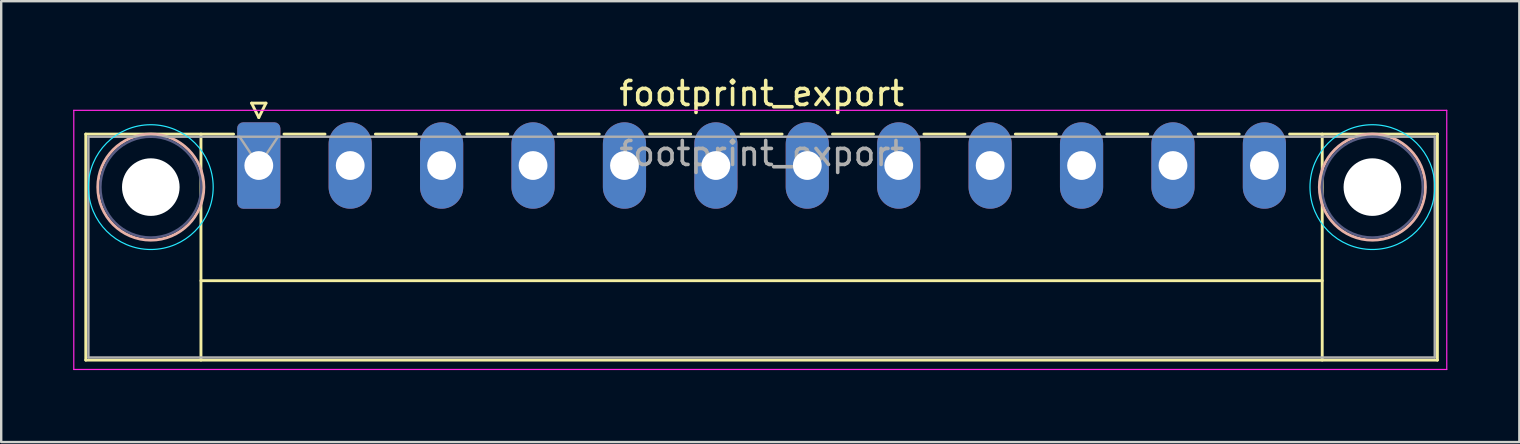
<source format=kicad_pcb>
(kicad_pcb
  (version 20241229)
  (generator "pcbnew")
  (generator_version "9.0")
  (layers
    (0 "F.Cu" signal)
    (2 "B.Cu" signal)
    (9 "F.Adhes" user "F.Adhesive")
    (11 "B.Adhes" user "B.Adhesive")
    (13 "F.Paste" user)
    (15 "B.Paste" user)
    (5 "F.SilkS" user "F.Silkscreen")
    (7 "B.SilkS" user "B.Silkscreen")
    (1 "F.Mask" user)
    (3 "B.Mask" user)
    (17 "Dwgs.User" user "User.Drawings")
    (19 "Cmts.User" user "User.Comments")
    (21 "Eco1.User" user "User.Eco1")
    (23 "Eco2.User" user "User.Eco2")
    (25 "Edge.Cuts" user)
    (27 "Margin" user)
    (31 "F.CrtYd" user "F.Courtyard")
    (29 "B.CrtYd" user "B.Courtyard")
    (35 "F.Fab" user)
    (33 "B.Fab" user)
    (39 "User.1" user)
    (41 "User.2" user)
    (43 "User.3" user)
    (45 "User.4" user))
  (footprint "footprint_export"
    (layer "F.Cu")
    (at 7.735 3.848)
    (property "Reference" "footprint_export" (at 20.96 -3 0) (layer "F.SilkS") (effects (font (size 1 1) (thickness 0.15))))
    (attr through_hole)
    (fp_line (start -7.21 -1.31) (end -7.21 8.11) (stroke (width 0.12) (type solid)) (layer "F.SilkS"))
    (fp_line (start -7.21 -1.31) (end -1.05 -1.31) (stroke (width 0.12) (type solid)) (layer "F.SilkS"))
    (fp_line (start -7.21 8.11) (end 49.12 8.11) (stroke (width 0.12) (type solid)) (layer "F.SilkS"))
    (fp_line (start -2.41 -1.31) (end -2.41 8.11) (stroke (width 0.12) (type solid)) (layer "F.SilkS"))
    (fp_line (start -2.41 4.8) (end 44.32 4.8) (stroke (width 0.12) (type solid)) (layer "F.SilkS"))
    (fp_line (start -0.3 -2.6) (end 0.3 -2.6) (stroke (width 0.12) (type solid)) (layer "F.SilkS"))
    (fp_line (start 0 -2) (end -0.3 -2.6) (stroke (width 0.12) (type solid)) (layer "F.SilkS"))
    (fp_line (start 0.3 -2.6) (end 0 -2) (stroke (width 0.12) (type solid)) (layer "F.SilkS"))
    (fp_line (start 1.05 -1.31) (end 2.76 -1.31) (stroke (width 0.12) (type solid)) (layer "F.SilkS"))
    (fp_line (start 4.86 -1.31) (end 6.57 -1.31) (stroke (width 0.12) (type solid)) (layer "F.SilkS"))
    (fp_line (start 8.67 -1.31) (end 10.38 -1.31) (stroke (width 0.12) (type solid)) (layer "F.SilkS"))
    (fp_line (start 12.48 -1.31) (end 14.19 -1.31) (stroke (width 0.12) (type solid)) (layer "F.SilkS"))
    (fp_line (start 16.29 -1.31) (end 18 -1.31) (stroke (width 0.12) (type solid)) (layer "F.SilkS"))
    (fp_line (start 20.1 -1.31) (end 21.81 -1.31) (stroke (width 0.12) (type solid)) (layer "F.SilkS"))
    (fp_line (start 23.91 -1.31) (end 25.62 -1.31) (stroke (width 0.12) (type solid)) (layer "F.SilkS"))
    (fp_line (start 27.72 -1.31) (end 29.43 -1.31) (stroke (width 0.12) (type solid)) (layer "F.SilkS"))
    (fp_line (start 31.53 -1.31) (end 33.24 -1.31) (stroke (width 0.12) (type solid)) (layer "F.SilkS"))
    (fp_line (start 35.34 -1.31) (end 37.05 -1.31) (stroke (width 0.12) (type solid)) (layer "F.SilkS"))
    (fp_line (start 39.15 -1.31) (end 40.86 -1.31) (stroke (width 0.12) (type solid)) (layer "F.SilkS"))
    (fp_line (start 44.32 -1.31) (end 44.32 8.11) (stroke (width 0.12) (type solid)) (layer "F.SilkS"))
    (fp_line (start 49.12 -1.31) (end 42.96 -1.31) (stroke (width 0.12) (type solid)) (layer "F.SilkS"))
    (fp_line (start 49.12 8.11) (end 49.12 -1.31) (stroke (width 0.12) (type solid)) (layer "F.SilkS"))
    (fp_circle (center -4.5 0.9) (end -2.29 0.9) (stroke (width 0.12) (type solid)) (fill no) (layer "B.SilkS"))
    (fp_circle (center 46.41 0.9) (end 48.62 0.9) (stroke (width 0.12) (type solid)) (fill no) (layer "B.SilkS"))
    (fp_circle (center -4.5 0.9) (end -1.9 0.9) (stroke (width 0.05) (type solid)) (fill no) (layer "B.CrtYd"))
    (fp_circle (center 46.41 0.9) (end 49.01 0.9) (stroke (width 0.05) (type solid)) (fill no) (layer "B.CrtYd"))
    (fp_line (start -7.71 -2.3) (end -7.71 8.5) (stroke (width 0.05) (type solid)) (layer "F.CrtYd"))
    (fp_line (start -7.71 8.5) (end 49.51 8.5) (stroke (width 0.05) (type solid)) (layer "F.CrtYd"))
    (fp_line (start 49.51 -2.3) (end -7.71 -2.3) (stroke (width 0.05) (type solid)) (layer "F.CrtYd"))
    (fp_line (start 49.51 8.5) (end 49.51 -2.3) (stroke (width 0.05) (type solid)) (layer "F.CrtYd"))
    (fp_circle (center -4.5 0.9) (end -2.4 0.9) (stroke (width 0.1) (type solid)) (fill no) (layer "B.Fab"))
    (fp_circle (center 46.41 0.9) (end 48.51 0.9) (stroke (width 0.1) (type solid)) (fill no) (layer "B.Fab"))
    (fp_line (start -7.1 -1.2) (end -7.1 8) (stroke (width 0.1) (type solid)) (layer "F.Fab"))
    (fp_line (start -7.1 8) (end 49.01 8) (stroke (width 0.1) (type solid)) (layer "F.Fab"))
    (fp_line (start 0 0) (end -0.8 -1.2) (stroke (width 0.1) (type solid)) (layer "F.Fab"))
    (fp_line (start 0.8 -1.2) (end 0 0) (stroke (width 0.1) (type solid)) (layer "F.Fab"))
    (fp_line (start 49.01 -1.2) (end -7.1 -1.2) (stroke (width 0.1) (type solid)) (layer "F.Fab"))
    (fp_line (start 49.01 8) (end 49.01 -1.2) (stroke (width 0.1) (type solid)) (layer "F.Fab"))
    (fp_text user "${REFERENCE}" (at 20.96 -0.5 0) (layer "F.Fab") (effects (font (size 1 1) (thickness 0.15))))
    (pad "" np_thru_hole circle (at -4.5 0.9) (size 2.4 2.4) (drill 2.4) (layers "*.Cu" "*.Mask"))
    (pad "" np_thru_hole circle (at 46.41 0.9) (size 2.4 2.4) (drill 2.4) (layers "*.Cu" "*.Mask"))
    (pad "1" thru_hole roundrect (at 0 0) (size 1.8 3.6) (drill 1.2) (layers "*.Cu" "*.Mask") (roundrect_rratio 0.139))
    (pad "2" thru_hole oval (at 3.81 0) (size 1.8 3.6) (drill 1.2) (layers "*.Cu" "*.Mask"))
    (pad "3" thru_hole oval (at 7.62 0) (size 1.8 3.6) (drill 1.2) (layers "*.Cu" "*.Mask"))
    (pad "4" thru_hole oval (at 11.43 0) (size 1.8 3.6) (drill 1.2) (layers "*.Cu" "*.Mask"))
    (pad "5" thru_hole oval (at 15.24 0) (size 1.8 3.6) (drill 1.2) (layers "*.Cu" "*.Mask"))
    (pad "6" thru_hole oval (at 19.05 0) (size 1.8 3.6) (drill 1.2) (layers "*.Cu" "*.Mask"))
    (pad "7" thru_hole oval (at 22.86 0) (size 1.8 3.6) (drill 1.2) (layers "*.Cu" "*.Mask"))
    (pad "8" thru_hole oval (at 26.67 0) (size 1.8 3.6) (drill 1.2) (layers "*.Cu" "*.Mask"))
    (pad "9" thru_hole oval (at 30.48 0) (size 1.8 3.6) (drill 1.2) (layers "*.Cu" "*.Mask"))
    (pad "10" thru_hole oval (at 34.29 0) (size 1.8 3.6) (drill 1.2) (layers "*.Cu" "*.Mask"))
    (pad "11" thru_hole oval (at 38.1 0) (size 1.8 3.6) (drill 1.2) (layers "*.Cu" "*.Mask"))
    (pad "12" thru_hole oval (at 41.91 0) (size 1.8 3.6) (drill 1.2) (layers "*.Cu" "*.Mask")))
  (gr_rect
    (start -3 -3)
    (end 60.27 15.373)
    (stroke (width 0.1) (type default))
    (fill no)
    (layer "Edge.Cuts")))
</source>
